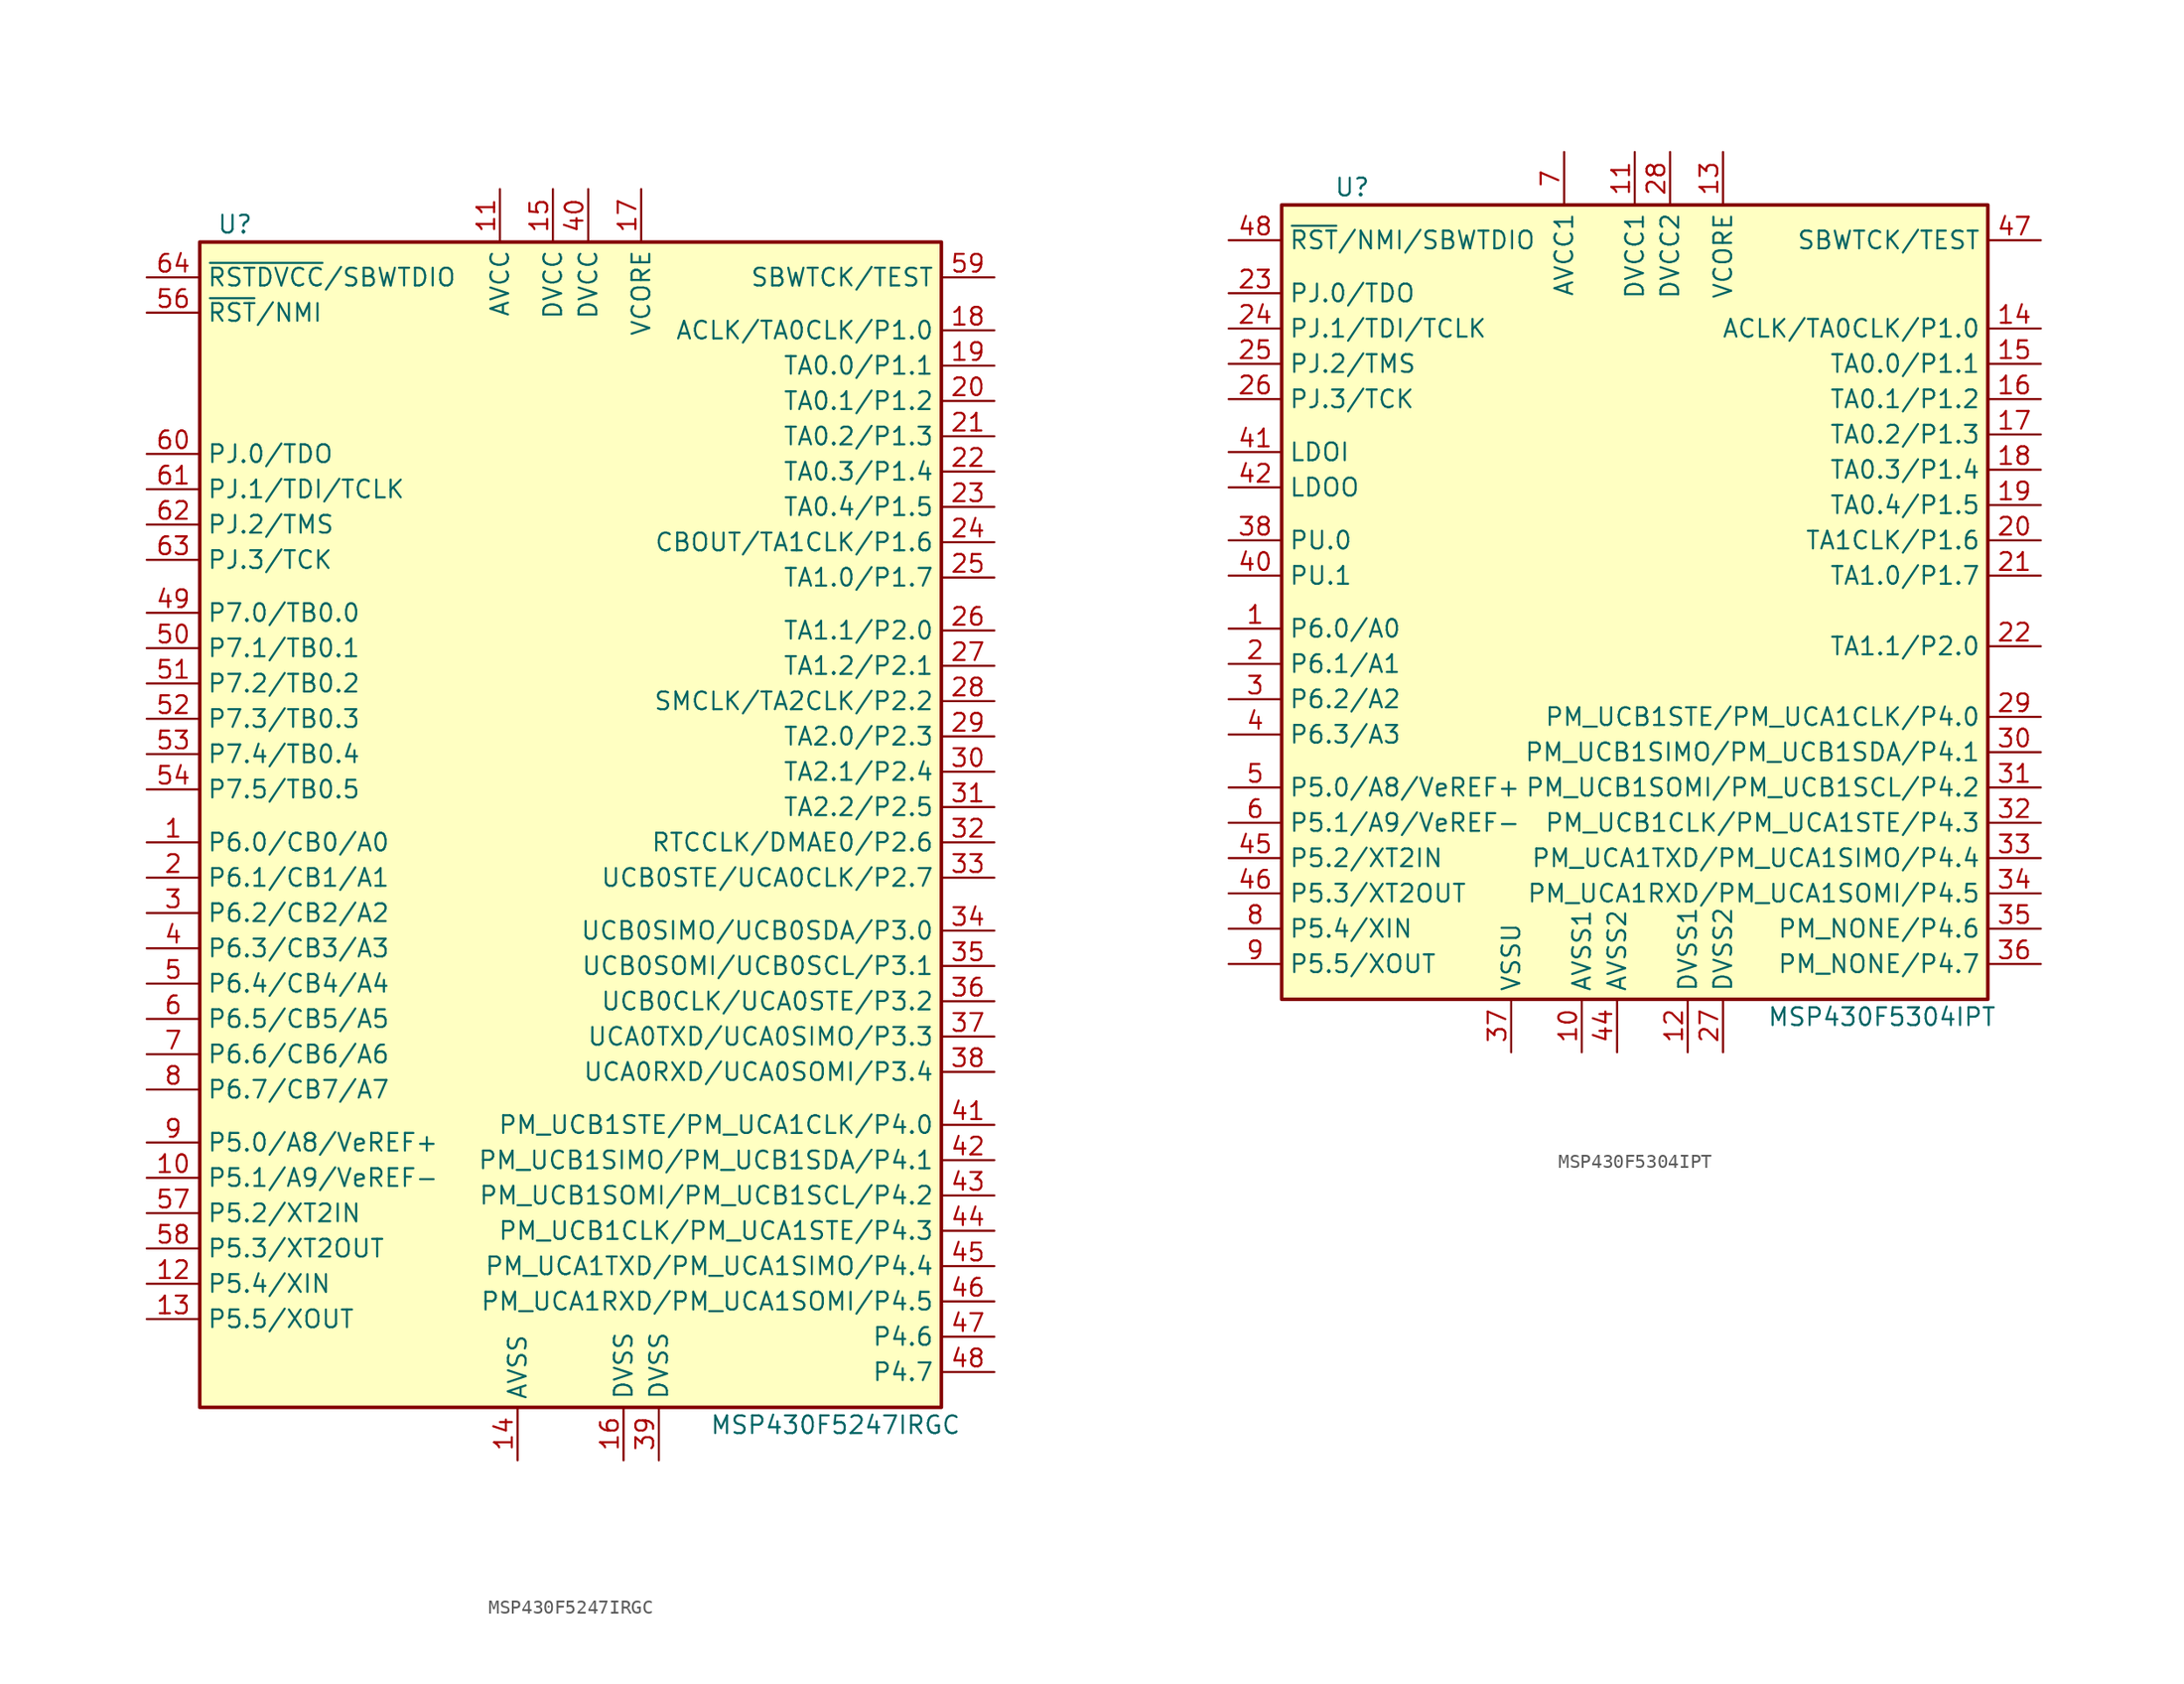
<source format=kicad_sym>
(kicad_symbol_lib
  (version 20241209)
  (generator "kicad_symbol_editor")
  (generator_version "9.0")
  (symbol "MSP430F5247IRGC"
    (property "Reference" "U"
      (at -24.13 43.18 0)
      (effects (font (size 1.27 1.27))))
    (property "Value" "MSP430F5247IRGC"
      (at 19.05 -43.18 0)
      (effects (font (size 1.27 1.27))))
    (symbol "MSP430F5247IRGC_0_1"
      (rectangle (start -26.67 41.91) (end 26.67 -41.91) (stroke (width 0.254) (type default)) (fill (type background))))
    (symbol "MSP430F5247IRGC_1_1"
      (pin bidirectional line (at -30.48 39.37 0) (length 3.81) (name "~{RSTDVCC}/SBWTDIO" (effects (font (size 1.27 1.27)))) (number "64" (effects (font (size 1.27 1.27)))))
      (pin input line (at -30.48 36.83 0) (length 3.81) (name "~{RST}/NMI" (effects (font (size 1.27 1.27)))) (number "56" (effects (font (size 1.27 1.27)))))
      (pin bidirectional line (at -30.48 26.67 0) (length 3.81) (name "PJ.0/TDO" (effects (font (size 1.27 1.27)))) (number "60" (effects (font (size 1.27 1.27)))))
      (pin bidirectional line (at -30.48 24.13 0) (length 3.81) (name "PJ.1/TDI/TCLK" (effects (font (size 1.27 1.27)))) (number "61" (effects (font (size 1.27 1.27)))))
      (pin bidirectional line (at -30.48 21.59 0) (length 3.81) (name "PJ.2/TMS" (effects (font (size 1.27 1.27)))) (number "62" (effects (font (size 1.27 1.27)))))
      (pin bidirectional line (at -30.48 19.05 0) (length 3.81) (name "PJ.3/TCK" (effects (font (size 1.27 1.27)))) (number "63" (effects (font (size 1.27 1.27)))))
      (pin bidirectional line (at -30.48 15.24 0) (length 3.81) (name "P7.0/TB0.0" (effects (font (size 1.27 1.27)))) (number "49" (effects (font (size 1.27 1.27)))))
      (pin bidirectional line (at -30.48 12.7 0) (length 3.81) (name "P7.1/TB0.1" (effects (font (size 1.27 1.27)))) (number "50" (effects (font (size 1.27 1.27)))))
      (pin bidirectional line (at -30.48 10.16 0) (length 3.81) (name "P7.2/TB0.2" (effects (font (size 1.27 1.27)))) (number "51" (effects (font (size 1.27 1.27)))))
      (pin bidirectional line (at -30.48 7.62 0) (length 3.81) (name "P7.3/TB0.3" (effects (font (size 1.27 1.27)))) (number "52" (effects (font (size 1.27 1.27)))))
      (pin bidirectional line (at -30.48 5.08 0) (length 3.81) (name "P7.4/TB0.4" (effects (font (size 1.27 1.27)))) (number "53" (effects (font (size 1.27 1.27)))))
      (pin bidirectional line (at -30.48 2.54 0) (length 3.81) (name "P7.5/TB0.5" (effects (font (size 1.27 1.27)))) (number "54" (effects (font (size 1.27 1.27)))))
      (pin bidirectional line (at -30.48 -1.27 0) (length 3.81) (name "P6.0/CB0/A0" (effects (font (size 1.27 1.27)))) (number "1" (effects (font (size 1.27 1.27)))))
      (pin bidirectional line (at -30.48 -3.81 0) (length 3.81) (name "P6.1/CB1/A1" (effects (font (size 1.27 1.27)))) (number "2" (effects (font (size 1.27 1.27)))))
      (pin bidirectional line (at -30.48 -6.35 0) (length 3.81) (name "P6.2/CB2/A2" (effects (font (size 1.27 1.27)))) (number "3" (effects (font (size 1.27 1.27)))))
      (pin bidirectional line (at -30.48 -8.89 0) (length 3.81) (name "P6.3/CB3/A3" (effects (font (size 1.27 1.27)))) (number "4" (effects (font (size 1.27 1.27)))))
      (pin bidirectional line (at -30.48 -11.43 0) (length 3.81) (name "P6.4/CB4/A4" (effects (font (size 1.27 1.27)))) (number "5" (effects (font (size 1.27 1.27)))))
      (pin bidirectional line (at -30.48 -13.97 0) (length 3.81) (name "P6.5/CB5/A5" (effects (font (size 1.27 1.27)))) (number "6" (effects (font (size 1.27 1.27)))))
      (pin bidirectional line (at -30.48 -16.51 0) (length 3.81) (name "P6.6/CB6/A6" (effects (font (size 1.27 1.27)))) (number "7" (effects (font (size 1.27 1.27)))))
      (pin bidirectional line (at -30.48 -19.05 0) (length 3.81) (name "P6.7/CB7/A7" (effects (font (size 1.27 1.27)))) (number "8" (effects (font (size 1.27 1.27)))))
      (pin bidirectional line (at -30.48 -22.86 0) (length 3.81) (name "P5.0/A8/VeREF+" (effects (font (size 1.27 1.27)))) (number "9" (effects (font (size 1.27 1.27)))))
      (pin bidirectional line (at -30.48 -25.4 0) (length 3.81) (name "P5.1/A9/VeREF-" (effects (font (size 1.27 1.27)))) (number "10" (effects (font (size 1.27 1.27)))))
      (pin bidirectional line (at -30.48 -27.94 0) (length 3.81) (name "P5.2/XT2IN" (effects (font (size 1.27 1.27)))) (number "57" (effects (font (size 1.27 1.27)))))
      (pin bidirectional line (at -30.48 -30.48 0) (length 3.81) (name "P5.3/XT2OUT" (effects (font (size 1.27 1.27)))) (number "58" (effects (font (size 1.27 1.27)))))
      (pin bidirectional line (at -30.48 -33.02 0) (length 3.81) (name "P5.4/XIN" (effects (font (size 1.27 1.27)))) (number "12" (effects (font (size 1.27 1.27)))))
      (pin bidirectional line (at -30.48 -35.56 0) (length 3.81) (name "P5.5/XOUT" (effects (font (size 1.27 1.27)))) (number "13" (effects (font (size 1.27 1.27)))))
      (pin power_in line (at -5.08 45.72 270) (length 3.81) (name "AVCC" (effects (font (size 1.27 1.27)))) (number "11" (effects (font (size 1.27 1.27)))))
      (pin power_in line (at -3.81 -45.72 90) (length 3.81) (name "AVSS" (effects (font (size 1.27 1.27)))) (number "14" (effects (font (size 1.27 1.27)))))
      (pin power_in line (at -1.27 45.72 270) (length 3.81) (name "DVCC" (effects (font (size 1.27 1.27)))) (number "15" (effects (font (size 1.27 1.27)))))
      (pin power_in line (at 1.27 45.72 270) (length 3.81) (name "DVCC" (effects (font (size 1.27 1.27)))) (number "40" (effects (font (size 1.27 1.27)))))
      (pin power_in line (at 3.81 -45.72 90) (length 3.81) (name "DVSS" (effects (font (size 1.27 1.27)))) (number "16" (effects (font (size 1.27 1.27)))))
      (pin power_in line (at 5.08 45.72 270) (length 3.81) (name "VCORE" (effects (font (size 1.27 1.27)))) (number "17" (effects (font (size 1.27 1.27)))))
      (pin power_in line (at 6.35 -45.72 90) (length 3.81) (name "DVSS" (effects (font (size 1.27 1.27)))) (number "39" (effects (font (size 1.27 1.27)))))
      (pin input line (at 30.48 39.37 180) (length 3.81) (name "SBWTCK/TEST" (effects (font (size 1.27 1.27)))) (number "59" (effects (font (size 1.27 1.27)))))
      (pin bidirectional line (at 30.48 35.56 180) (length 3.81) (name "ACLK/TA0CLK/P1.0" (effects (font (size 1.27 1.27)))) (number "18" (effects (font (size 1.27 1.27)))))
      (pin bidirectional line (at 30.48 33.02 180) (length 3.81) (name "TA0.0/P1.1" (effects (font (size 1.27 1.27)))) (number "19" (effects (font (size 1.27 1.27)))))
      (pin bidirectional line (at 30.48 30.48 180) (length 3.81) (name "TA0.1/P1.2" (effects (font (size 1.27 1.27)))) (number "20" (effects (font (size 1.27 1.27)))))
      (pin bidirectional line (at 30.48 27.94 180) (length 3.81) (name "TA0.2/P1.3" (effects (font (size 1.27 1.27)))) (number "21" (effects (font (size 1.27 1.27)))))
      (pin bidirectional line (at 30.48 25.4 180) (length 3.81) (name "TA0.3/P1.4" (effects (font (size 1.27 1.27)))) (number "22" (effects (font (size 1.27 1.27)))))
      (pin bidirectional line (at 30.48 22.86 180) (length 3.81) (name "TA0.4/P1.5" (effects (font (size 1.27 1.27)))) (number "23" (effects (font (size 1.27 1.27)))))
      (pin bidirectional line (at 30.48 20.32 180) (length 3.81) (name "CBOUT/TA1CLK/P1.6" (effects (font (size 1.27 1.27)))) (number "24" (effects (font (size 1.27 1.27)))))
      (pin bidirectional line (at 30.48 17.78 180) (length 3.81) (name "TA1.0/P1.7" (effects (font (size 1.27 1.27)))) (number "25" (effects (font (size 1.27 1.27)))))
      (pin bidirectional line (at 30.48 13.97 180) (length 3.81) (name "TA1.1/P2.0" (effects (font (size 1.27 1.27)))) (number "26" (effects (font (size 1.27 1.27)))))
      (pin bidirectional line (at 30.48 11.43 180) (length 3.81) (name "TA1.2/P2.1" (effects (font (size 1.27 1.27)))) (number "27" (effects (font (size 1.27 1.27)))))
      (pin bidirectional line (at 30.48 8.89 180) (length 3.81) (name "SMCLK/TA2CLK/P2.2" (effects (font (size 1.27 1.27)))) (number "28" (effects (font (size 1.27 1.27)))))
      (pin bidirectional line (at 30.48 6.35 180) (length 3.81) (name "TA2.0/P2.3" (effects (font (size 1.27 1.27)))) (number "29" (effects (font (size 1.27 1.27)))))
      (pin bidirectional line (at 30.48 3.81 180) (length 3.81) (name "TA2.1/P2.4" (effects (font (size 1.27 1.27)))) (number "30" (effects (font (size 1.27 1.27)))))
      (pin bidirectional line (at 30.48 1.27 180) (length 3.81) (name "TA2.2/P2.5" (effects (font (size 1.27 1.27)))) (number "31" (effects (font (size 1.27 1.27)))))
      (pin bidirectional line (at 30.48 -1.27 180) (length 3.81) (name "RTCCLK/DMAE0/P2.6" (effects (font (size 1.27 1.27)))) (number "32" (effects (font (size 1.27 1.27)))))
      (pin bidirectional line (at 30.48 -3.81 180) (length 3.81) (name "UCB0STE/UCA0CLK/P2.7" (effects (font (size 1.27 1.27)))) (number "33" (effects (font (size 1.27 1.27)))))
      (pin bidirectional line (at 30.48 -7.62 180) (length 3.81) (name "UCB0SIMO/UCB0SDA/P3.0" (effects (font (size 1.27 1.27)))) (number "34" (effects (font (size 1.27 1.27)))))
      (pin bidirectional line (at 30.48 -10.16 180) (length 3.81) (name "UCB0SOMI/UCB0SCL/P3.1" (effects (font (size 1.27 1.27)))) (number "35" (effects (font (size 1.27 1.27)))))
      (pin bidirectional line (at 30.48 -12.7 180) (length 3.81) (name "UCB0CLK/UCA0STE/P3.2" (effects (font (size 1.27 1.27)))) (number "36" (effects (font (size 1.27 1.27)))))
      (pin bidirectional line (at 30.48 -15.24 180) (length 3.81) (name "UCA0TXD/UCA0SIMO/P3.3" (effects (font (size 1.27 1.27)))) (number "37" (effects (font (size 1.27 1.27)))))
      (pin bidirectional line (at 30.48 -17.78 180) (length 3.81) (name "UCA0RXD/UCA0SOMI/P3.4" (effects (font (size 1.27 1.27)))) (number "38" (effects (font (size 1.27 1.27)))))
      (pin bidirectional line (at 30.48 -21.59 180) (length 3.81) (name "PM_UCB1STE/PM_UCA1CLK/P4.0" (effects (font (size 1.27 1.27)))) (number "41" (effects (font (size 1.27 1.27)))))
      (pin bidirectional line (at 30.48 -24.13 180) (length 3.81) (name "PM_UCB1SIMO/PM_UCB1SDA/P4.1" (effects (font (size 1.27 1.27)))) (number "42" (effects (font (size 1.27 1.27)))))
      (pin bidirectional line (at 30.48 -26.67 180) (length 3.81) (name "PM_UCB1SOMI/PM_UCB1SCL/P4.2" (effects (font (size 1.27 1.27)))) (number "43" (effects (font (size 1.27 1.27)))))
      (pin bidirectional line (at 30.48 -29.21 180) (length 3.81) (name "PM_UCB1CLK/PM_UCA1STE/P4.3" (effects (font (size 1.27 1.27)))) (number "44" (effects (font (size 1.27 1.27)))))
      (pin bidirectional line (at 30.48 -31.75 180) (length 3.81) (name "PM_UCA1TXD/PM_UCA1SIMO/P4.4" (effects (font (size 1.27 1.27)))) (number "45" (effects (font (size 1.27 1.27)))))
      (pin bidirectional line (at 30.48 -34.29 180) (length 3.81) (name "PM_UCA1RXD/PM_UCA1SOMI/P4.5" (effects (font (size 1.27 1.27)))) (number "46" (effects (font (size 1.27 1.27)))))
      (pin bidirectional line (at 30.48 -36.83 180) (length 3.81) (name "P4.6" (effects (font (size 1.27 1.27)))) (number "47" (effects (font (size 1.27 1.27)))))
      (pin bidirectional line (at 30.48 -39.37 180) (length 3.81) (name "P4.7" (effects (font (size 1.27 1.27)))) (number "48" (effects (font (size 1.27 1.27)))))))
  (symbol "MSP430F5304IPT"
    (property "Reference" "U"
      (at -21.59 30.48 0)
      (effects (font (size 1.27 1.27))))
    (property "Value" "MSP430F5304IPT"
      (at 16.51 -29.21 0)
      (effects (font (size 1.27 1.27))))
    (symbol "MSP430F5304IPT_0_1"
      (rectangle (start -26.67 29.21) (end 24.13 -27.94) (stroke (width 0.254) (type default)) (fill (type background))))
    (symbol "MSP430F5304IPT_1_1"
      (pin input line (at -30.48 26.67 0) (length 3.81) (name "~{RST}/NMI/SBWTDIO" (effects (font (size 1.27 1.27)))) (number "48" (effects (font (size 1.27 1.27)))))
      (pin bidirectional line (at -30.48 22.86 0) (length 3.81) (name "PJ.0/TDO" (effects (font (size 1.27 1.27)))) (number "23" (effects (font (size 1.27 1.27)))))
      (pin bidirectional line (at -30.48 20.32 0) (length 3.81) (name "PJ.1/TDI/TCLK" (effects (font (size 1.27 1.27)))) (number "24" (effects (font (size 1.27 1.27)))))
      (pin bidirectional line (at -30.48 17.78 0) (length 3.81) (name "PJ.2/TMS" (effects (font (size 1.27 1.27)))) (number "25" (effects (font (size 1.27 1.27)))))
      (pin bidirectional line (at -30.48 15.24 0) (length 3.81) (name "PJ.3/TCK" (effects (font (size 1.27 1.27)))) (number "26" (effects (font (size 1.27 1.27)))))
      (pin power_in line (at -30.48 11.43 0) (length 3.81) (name "LDOI" (effects (font (size 1.27 1.27)))) (number "41" (effects (font (size 1.27 1.27)))))
      (pin power_out line (at -30.48 8.89 0) (length 3.81) (name "LDOO" (effects (font (size 1.27 1.27)))) (number "42" (effects (font (size 1.27 1.27)))))
      (pin bidirectional line (at -30.48 5.08 0) (length 3.81) (name "PU.0" (effects (font (size 1.27 1.27)))) (number "38" (effects (font (size 1.27 1.27)))))
      (pin bidirectional line (at -30.48 2.54 0) (length 3.81) (name "PU.1" (effects (font (size 1.27 1.27)))) (number "40" (effects (font (size 1.27 1.27)))))
      (pin bidirectional line (at -30.48 -1.27 0) (length 3.81) (name "P6.0/A0" (effects (font (size 1.27 1.27)))) (number "1" (effects (font (size 1.27 1.27)))))
      (pin bidirectional line (at -30.48 -3.81 0) (length 3.81) (name "P6.1/A1" (effects (font (size 1.27 1.27)))) (number "2" (effects (font (size 1.27 1.27)))))
      (pin bidirectional line (at -30.48 -6.35 0) (length 3.81) (name "P6.2/A2" (effects (font (size 1.27 1.27)))) (number "3" (effects (font (size 1.27 1.27)))))
      (pin bidirectional line (at -30.48 -8.89 0) (length 3.81) (name "P6.3/A3" (effects (font (size 1.27 1.27)))) (number "4" (effects (font (size 1.27 1.27)))))
      (pin bidirectional line (at -30.48 -12.7 0) (length 3.81) (name "P5.0/A8/VeREF+" (effects (font (size 1.27 1.27)))) (number "5" (effects (font (size 1.27 1.27)))))
      (pin bidirectional line (at -30.48 -15.24 0) (length 3.81) (name "P5.1/A9/VeREF-" (effects (font (size 1.27 1.27)))) (number "6" (effects (font (size 1.27 1.27)))))
      (pin bidirectional line (at -30.48 -17.78 0) (length 3.81) (name "P5.2/XT2IN" (effects (font (size 1.27 1.27)))) (number "45" (effects (font (size 1.27 1.27)))))
      (pin bidirectional line (at -30.48 -20.32 0) (length 3.81) (name "P5.3/XT2OUT" (effects (font (size 1.27 1.27)))) (number "46" (effects (font (size 1.27 1.27)))))
      (pin bidirectional line (at -30.48 -22.86 0) (length 3.81) (name "P5.4/XIN" (effects (font (size 1.27 1.27)))) (number "8" (effects (font (size 1.27 1.27)))))
      (pin bidirectional line (at -30.48 -25.4 0) (length 3.81) (name "P5.5/XOUT" (effects (font (size 1.27 1.27)))) (number "9" (effects (font (size 1.27 1.27)))))
      (pin power_in line (at -10.16 -31.75 90) (length 3.81) (name "VSSU" (effects (font (size 1.27 1.27)))) (number "37" (effects (font (size 1.27 1.27)))))
      (pin power_in line (at -6.35 33.02 270) (length 3.81) (name "AVCC1" (effects (font (size 1.27 1.27)))) (number "7" (effects (font (size 1.27 1.27)))))
      (pin power_in line (at -5.08 -31.75 90) (length 3.81) (name "AVSS1" (effects (font (size 1.27 1.27)))) (number "10" (effects (font (size 1.27 1.27)))))
      (pin power_in line (at -2.54 -31.75 90) (length 3.81) (name "AVSS2" (effects (font (size 1.27 1.27)))) (number "44" (effects (font (size 1.27 1.27)))))
      (pin power_in line (at -1.27 33.02 270) (length 3.81) (name "DVCC1" (effects (font (size 1.27 1.27)))) (number "11" (effects (font (size 1.27 1.27)))))
      (pin power_in line (at 1.27 33.02 270) (length 3.81) (name "DVCC2" (effects (font (size 1.27 1.27)))) (number "28" (effects (font (size 1.27 1.27)))))
      (pin power_in line (at 2.54 -31.75 90) (length 3.81) (name "DVSS1" (effects (font (size 1.27 1.27)))) (number "12" (effects (font (size 1.27 1.27)))))
      (pin bidirectional line (at 5.08 33.02 270) (length 3.81) (name "VCORE" (effects (font (size 1.27 1.27)))) (number "13" (effects (font (size 1.27 1.27)))))
      (pin power_in line (at 5.08 -31.75 90) (length 3.81) (name "DVSS2" (effects (font (size 1.27 1.27)))) (number "27" (effects (font (size 1.27 1.27)))))
      (pin input line (at 27.94 26.67 180) (length 3.81) (name "SBWTCK/TEST" (effects (font (size 1.27 1.27)))) (number "47" (effects (font (size 1.27 1.27)))))
      (pin bidirectional line (at 27.94 20.32 180) (length 3.81) (name "ACLK/TA0CLK/P1.0" (effects (font (size 1.27 1.27)))) (number "14" (effects (font (size 1.27 1.27)))))
      (pin bidirectional line (at 27.94 17.78 180) (length 3.81) (name "TA0.0/P1.1" (effects (font (size 1.27 1.27)))) (number "15" (effects (font (size 1.27 1.27)))))
      (pin bidirectional line (at 27.94 15.24 180) (length 3.81) (name "TA0.1/P1.2" (effects (font (size 1.27 1.27)))) (number "16" (effects (font (size 1.27 1.27)))))
      (pin bidirectional line (at 27.94 12.7 180) (length 3.81) (name "TA0.2/P1.3" (effects (font (size 1.27 1.27)))) (number "17" (effects (font (size 1.27 1.27)))))
      (pin bidirectional line (at 27.94 10.16 180) (length 3.81) (name "TA0.3/P1.4" (effects (font (size 1.27 1.27)))) (number "18" (effects (font (size 1.27 1.27)))))
      (pin bidirectional line (at 27.94 7.62 180) (length 3.81) (name "TA0.4/P1.5" (effects (font (size 1.27 1.27)))) (number "19" (effects (font (size 1.27 1.27)))))
      (pin bidirectional line (at 27.94 5.08 180) (length 3.81) (name "TA1CLK/P1.6" (effects (font (size 1.27 1.27)))) (number "20" (effects (font (size 1.27 1.27)))))
      (pin bidirectional line (at 27.94 2.54 180) (length 3.81) (name "TA1.0/P1.7" (effects (font (size 1.27 1.27)))) (number "21" (effects (font (size 1.27 1.27)))))
      (pin bidirectional line (at 27.94 -2.54 180) (length 3.81) (name "TA1.1/P2.0" (effects (font (size 1.27 1.27)))) (number "22" (effects (font (size 1.27 1.27)))))
      (pin bidirectional line (at 27.94 -7.62 180) (length 3.81) (name "PM_UCB1STE/PM_UCA1CLK/P4.0" (effects (font (size 1.27 1.27)))) (number "29" (effects (font (size 1.27 1.27)))))
      (pin bidirectional line (at 27.94 -10.16 180) (length 3.81) (name "PM_UCB1SIMO/PM_UCB1SDA/P4.1" (effects (font (size 1.27 1.27)))) (number "30" (effects (font (size 1.27 1.27)))))
      (pin bidirectional line (at 27.94 -12.7 180) (length 3.81) (name "PM_UCB1SOMI/PM_UCB1SCL/P4.2" (effects (font (size 1.27 1.27)))) (number "31" (effects (font (size 1.27 1.27)))))
      (pin bidirectional line (at 27.94 -15.24 180) (length 3.81) (name "PM_UCB1CLK/PM_UCA1STE/P4.3" (effects (font (size 1.27 1.27)))) (number "32" (effects (font (size 1.27 1.27)))))
      (pin bidirectional line (at 27.94 -17.78 180) (length 3.81) (name "PM_UCA1TXD/PM_UCA1SIMO/P4.4" (effects (font (size 1.27 1.27)))) (number "33" (effects (font (size 1.27 1.27)))))
      (pin bidirectional line (at 27.94 -20.32 180) (length 3.81) (name "PM_UCA1RXD/PM_UCA1SOMI/P4.5" (effects (font (size 1.27 1.27)))) (number "34" (effects (font (size 1.27 1.27)))))
      (pin bidirectional line (at 27.94 -22.86 180) (length 3.81) (name "PM_NONE/P4.6" (effects (font (size 1.27 1.27)))) (number "35" (effects (font (size 1.27 1.27)))))
      (pin bidirectional line (at 27.94 -25.4 180) (length 3.81) (name "PM_NONE/P4.7" (effects (font (size 1.27 1.27)))) (number "36" (effects (font (size 1.27 1.27))))))))
</source>
